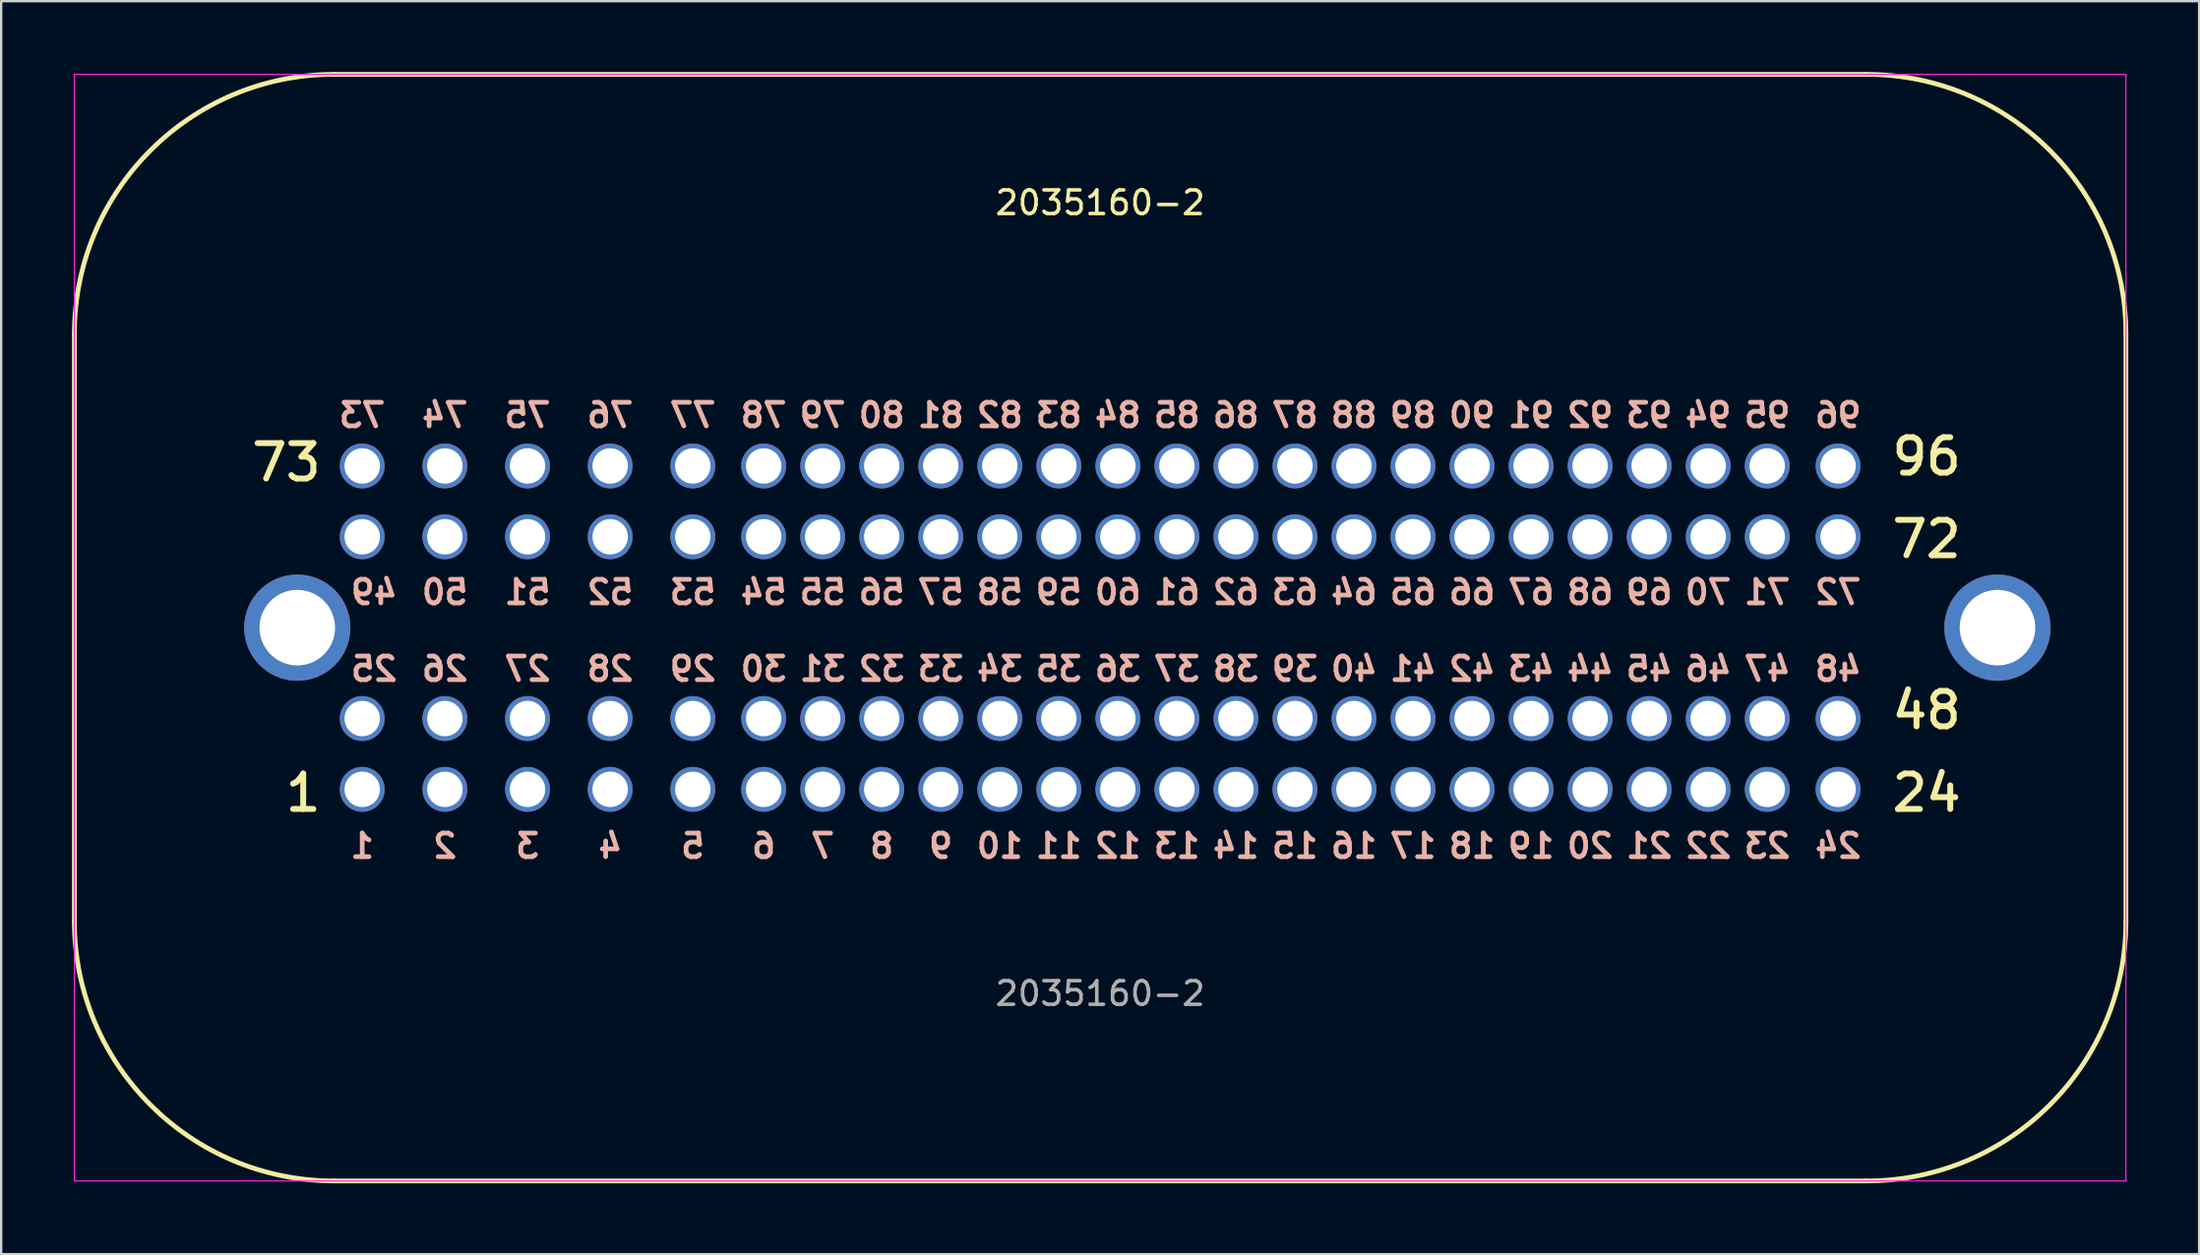
<source format=kicad_pcb>
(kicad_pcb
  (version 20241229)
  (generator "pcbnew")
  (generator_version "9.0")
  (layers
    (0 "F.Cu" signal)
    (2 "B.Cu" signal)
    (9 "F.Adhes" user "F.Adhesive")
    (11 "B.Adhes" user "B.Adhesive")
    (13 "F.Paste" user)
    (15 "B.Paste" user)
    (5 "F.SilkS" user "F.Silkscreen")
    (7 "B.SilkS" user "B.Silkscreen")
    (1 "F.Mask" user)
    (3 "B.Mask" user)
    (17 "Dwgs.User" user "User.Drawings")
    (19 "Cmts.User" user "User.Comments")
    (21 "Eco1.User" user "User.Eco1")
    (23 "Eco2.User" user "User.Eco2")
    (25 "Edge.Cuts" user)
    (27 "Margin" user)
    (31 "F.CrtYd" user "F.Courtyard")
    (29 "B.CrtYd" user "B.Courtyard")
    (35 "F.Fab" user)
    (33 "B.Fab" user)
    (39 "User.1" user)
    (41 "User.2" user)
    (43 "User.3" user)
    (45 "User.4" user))
  (footprint "2035160-2"
    (layer "F.Cu")
    (at 43.54 23.54)
    (property "Reference" "2035160-2" (at 0 -18 0) (unlocked yes) (layer "F.SilkS") (effects (font (size 1 1) (thickness 0.15))))
    (attr through_hole)
    (fp_line (start -43.44 -12.44) (end -43.44 12.44) (stroke (width 0.2) (type solid)) (layer "F.SilkS"))
    (fp_line (start -32.44 -23.44) (end 32.44 -23.44) (stroke (width 0.2) (type solid)) (layer "F.SilkS"))
    (fp_line (start -32.44 23.44) (end 32.44 23.44) (stroke (width 0.2) (type solid)) (layer "F.SilkS"))
    (fp_line (start 43.44 12.44) (end 43.44 -12.44) (stroke (width 0.2) (type solid)) (layer "F.SilkS"))
    (fp_arc (start -43.44 -12.44) (mid -40.218175 -20.218175) (end -32.44 -23.44) (stroke (width 0.2) (type solid)) (layer "F.SilkS"))
    (fp_arc (start -32.44 23.44) (mid -40.218175 20.218175) (end -43.44 12.44) (stroke (width 0.2) (type solid)) (layer "F.SilkS"))
    (fp_arc (start 32.44 -23.44) (mid 40.218175 -20.218175) (end 43.44 -12.44) (stroke (width 0.2) (type solid)) (layer "F.SilkS"))
    (fp_arc (start 43.44 12.44) (mid 40.218175 20.218175) (end 32.44 23.44) (stroke (width 0.2) (type solid)) (layer "F.SilkS"))
    (fp_line (start -43.44 -23.44) (end 43.44 -23.44) (stroke (width 0.05) (type solid)) (layer "F.CrtYd"))
    (fp_line (start -43.44 23.44) (end -43.44 -23.44) (stroke (width 0.05) (type solid)) (layer "F.CrtYd"))
    (fp_line (start 43.44 -23.44) (end 43.44 23.44) (stroke (width 0.05) (type solid)) (layer "F.CrtYd"))
    (fp_line (start 43.44 23.44) (end -43.44 23.44) (stroke (width 0.05) (type solid)) (layer "F.CrtYd"))
    (fp_text user "1" (at -33.75 7 180) (layer "F.SilkS") (effects (font (size 1.5 1.5) (thickness 0.25))))
    (fp_text user "72" (at 35 -3.75 180) (layer "F.SilkS") (effects (font (size 1.5 1.5) (thickness 0.25))))
    (fp_text user "48" (at 35 3.5 180) (layer "F.SilkS") (effects (font (size 1.5 1.5) (thickness 0.25))))
    (fp_text user "24" (at 35 7 180) (layer "F.SilkS") (effects (font (size 1.5 1.5) (thickness 0.25))))
    (fp_text user "96" (at 35 -7.25 180) (layer "F.SilkS") (effects (font (size 1.5 1.5) (thickness 0.25))))
    (fp_text user "73" (at -34.464 -7 180) (layer "F.SilkS") (effects (font (size 1.5 1.5) (thickness 0.25))))
    (fp_text user "18" (at 15.75 9.25 0) (layer "B.SilkS") (effects (font (size 1 1) (thickness 0.2)) (justify mirror)))
    (fp_text user "6" (at -14.25 9.25 0) (layer "B.SilkS") (effects (font (size 1 1) (thickness 0.2)) (justify mirror)))
    (fp_text user "60" (at 0.75 -1.5 0) (layer "B.SilkS") (effects (font (size 1 1) (thickness 0.2)) (justify mirror)))
    (fp_text user "62" (at 5.75 -1.5 0) (layer "B.SilkS") (effects (font (size 1 1) (thickness 0.2)) (justify mirror)))
    (fp_text user "17" (at 13.25 9.25 0) (layer "B.SilkS") (effects (font (size 1 1) (thickness 0.2)) (justify mirror)))
    (fp_text user "75" (at -24.25 -9 0) (layer "B.SilkS") (effects (font (size 1 1) (thickness 0.2)) (justify mirror)))
    (fp_text user "21" (at 23.25 9.25 0) (layer "B.SilkS") (effects (font (size 1 1) (thickness 0.2)) (justify mirror)))
    (fp_text user "70" (at 25.75 -1.5 0) (layer "B.SilkS") (effects (font (size 1 1) (thickness 0.2)) (justify mirror)))
    (fp_text user "27" (at -24.25 1.75 0) (layer "B.SilkS") (effects (font (size 1 1) (thickness 0.2)) (justify mirror)))
    (fp_text user "28" (at -20.75 1.75 0) (layer "B.SilkS") (effects (font (size 1 1) (thickness 0.2)) (justify mirror)))
    (fp_text user "83" (at -1.75 -9 0) (layer "B.SilkS") (effects (font (size 1 1) (thickness 0.2)) (justify mirror)))
    (fp_text user "16" (at 10.75 9.25 0) (layer "B.SilkS") (effects (font (size 1 1) (thickness 0.2)) (justify mirror)))
    (fp_text user "45" (at 23.25 1.75 0) (layer "B.SilkS") (effects (font (size 1 1) (thickness 0.2)) (justify mirror)))
    (fp_text user "52" (at -20.75 -1.5 0) (layer "B.SilkS") (effects (font (size 1 1) (thickness 0.2)) (justify mirror)))
    (fp_text user "73" (at -31.25 -9 0) (layer "B.SilkS") (effects (font (size 1 1) (thickness 0.2)) (justify mirror)))
    (fp_text user "51" (at -24.25 -1.5 0) (layer "B.SilkS") (effects (font (size 1 1) (thickness 0.2)) (justify mirror)))
    (fp_text user "95" (at 28.25 -9 0) (layer "B.SilkS") (effects (font (size 1 1) (thickness 0.2)) (justify mirror)))
    (fp_text user "12" (at 0.75 9.25 0) (layer "B.SilkS") (effects (font (size 1 1) (thickness 0.2)) (justify mirror)))
    (fp_text user "64" (at 10.75 -1.5 0) (layer "B.SilkS") (effects (font (size 1 1) (thickness 0.2)) (justify mirror)))
    (fp_text user "68" (at 20.75 -1.5 0) (layer "B.SilkS") (effects (font (size 1 1) (thickness 0.2)) (justify mirror)))
    (fp_text user "66" (at 15.75 -1.5 0) (layer "B.SilkS") (effects (font (size 1 1) (thickness 0.2)) (justify mirror)))
    (fp_text user "8" (at -9.25 9.25 0) (layer "B.SilkS") (effects (font (size 1 1) (thickness 0.2)) (justify mirror)))
    (fp_text user "43" (at 18.25 1.75 0) (layer "B.SilkS") (effects (font (size 1 1) (thickness 0.2)) (justify mirror)))
    (fp_text user "63" (at 8.25 -1.5 0) (layer "B.SilkS") (effects (font (size 1 1) (thickness 0.2)) (justify mirror)))
    (fp_text user "59" (at -1.75 -1.5 0) (layer "B.SilkS") (effects (font (size 1 1) (thickness 0.2)) (justify mirror)))
    (fp_text user "7" (at -11.75 9.25 0) (layer "B.SilkS") (effects (font (size 1 1) (thickness 0.2)) (justify mirror)))
    (fp_text user "88" (at 10.75 -9 0) (layer "B.SilkS") (effects (font (size 1 1) (thickness 0.2)) (justify mirror)))
    (fp_text user "38" (at 5.75 1.75 0) (layer "B.SilkS") (effects (font (size 1 1) (thickness 0.2)) (justify mirror)))
    (fp_text user "39" (at 8.25 1.75 0) (layer "B.SilkS") (effects (font (size 1 1) (thickness 0.2)) (justify mirror)))
    (fp_text user "78" (at -14.25 -9 0) (layer "B.SilkS") (effects (font (size 1 1) (thickness 0.2)) (justify mirror)))
    (fp_text user "72" (at 31.25 -1.5 0) (layer "B.SilkS") (effects (font (size 1 1) (thickness 0.2)) (justify mirror)))
    (fp_text user "55" (at -11.75 -1.5 0) (layer "B.SilkS") (effects (font (size 1 1) (thickness 0.2)) (justify mirror)))
    (fp_text user "54" (at -14.25 -1.5 0) (layer "B.SilkS") (effects (font (size 1 1) (thickness 0.2)) (justify mirror)))
    (fp_text user "20" (at 20.75 9.25 0) (layer "B.SilkS") (effects (font (size 1 1) (thickness 0.2)) (justify mirror)))
    (fp_text user "40" (at 10.75 1.75 0) (layer "B.SilkS") (effects (font (size 1 1) (thickness 0.2)) (justify mirror)))
    (fp_text user "15" (at 8.25 9.25 0) (layer "B.SilkS") (effects (font (size 1 1) (thickness 0.2)) (justify mirror)))
    (fp_text user "34" (at -4.25 1.75 0) (layer "B.SilkS") (effects (font (size 1 1) (thickness 0.2)) (justify mirror)))
    (fp_text user "87" (at 8.25 -9 0) (layer "B.SilkS") (effects (font (size 1 1) (thickness 0.2)) (justify mirror)))
    (fp_text user "10" (at -4.25 9.25 0) (layer "B.SilkS") (effects (font (size 1 1) (thickness 0.2)) (justify mirror)))
    (fp_text user "94" (at 25.75 -9 0) (layer "B.SilkS") (effects (font (size 1 1) (thickness 0.2)) (justify mirror)))
    (fp_text user "24" (at 31.25 9.25 0) (layer "B.SilkS") (effects (font (size 1 1) (thickness 0.2)) (justify mirror)))
    (fp_text user "32" (at -9.25 1.75 0) (layer "B.SilkS") (effects (font (size 1 1) (thickness 0.2)) (justify mirror)))
    (fp_text user "35" (at -1.75 1.75 0) (layer "B.SilkS") (effects (font (size 1 1) (thickness 0.2)) (justify mirror)))
    (fp_text user "23" (at 28.25 9.25 0) (layer "B.SilkS") (effects (font (size 1 1) (thickness 0.2)) (justify mirror)))
    (fp_text user "69" (at 23.25 -1.5 0) (layer "B.SilkS") (effects (font (size 1 1) (thickness 0.2)) (justify mirror)))
    (fp_text user "13" (at 3.25 9.25 0) (layer "B.SilkS") (effects (font (size 1 1) (thickness 0.2)) (justify mirror)))
    (fp_text user "36" (at 0.75 1.75 0) (layer "B.SilkS") (effects (font (size 1 1) (thickness 0.2)) (justify mirror)))
    (fp_text user "22" (at 25.75 9.25 0) (layer "B.SilkS") (effects (font (size 1 1) (thickness 0.2)) (justify mirror)))
    (fp_text user "58" (at -4.25 -1.5 0) (layer "B.SilkS") (effects (font (size 1 1) (thickness 0.2)) (justify mirror)))
    (fp_text user "26" (at -27.75 1.75 0) (layer "B.SilkS") (effects (font (size 1 1) (thickness 0.2)) (justify mirror)))
    (fp_text user "57" (at -6.75 -1.5 0) (layer "B.SilkS") (effects (font (size 1 1) (thickness 0.2)) (justify mirror)))
    (fp_text user "82" (at -4.25 -9 0) (layer "B.SilkS") (effects (font (size 1 1) (thickness 0.2)) (justify mirror)))
    (fp_text user "3" (at -24.25 9.25 0) (layer "B.SilkS") (effects (font (size 1 1) (thickness 0.2)) (justify mirror)))
    (fp_text user "42" (at 15.75 1.75 0) (layer "B.SilkS") (effects (font (size 1 1) (thickness 0.2)) (justify mirror)))
    (fp_text user "65" (at 13.25 -1.5 0) (layer "B.SilkS") (effects (font (size 1 1) (thickness 0.2)) (justify mirror)))
    (fp_text user "92" (at 20.75 -9 0) (layer "B.SilkS") (effects (font (size 1 1) (thickness 0.2)) (justify mirror)))
    (fp_text user "48" (at 31.25 1.75 0) (layer "B.SilkS") (effects (font (size 1 1) (thickness 0.2)) (justify mirror)))
    (fp_text user "79" (at -11.75 -9 0) (layer "B.SilkS") (effects (font (size 1 1) (thickness 0.2)) (justify mirror)))
    (fp_text user "61" (at 3.25 -1.5 0) (layer "B.SilkS") (effects (font (size 1 1) (thickness 0.2)) (justify mirror)))
    (fp_text user "44" (at 20.75 1.75 0) (layer "B.SilkS") (effects (font (size 1 1) (thickness 0.2)) (justify mirror)))
    (fp_text user "47" (at 28.25 1.75 0) (layer "B.SilkS") (effects (font (size 1 1) (thickness 0.2)) (justify mirror)))
    (fp_text user "53" (at -17.25 -1.5 0) (layer "B.SilkS") (effects (font (size 1 1) (thickness 0.2)) (justify mirror)))
    (fp_text user "91" (at 18.25 -9 0) (layer "B.SilkS") (effects (font (size 1 1) (thickness 0.2)) (justify mirror)))
    (fp_text user "56" (at -9.25 -1.5 0) (layer "B.SilkS") (effects (font (size 1 1) (thickness 0.2)) (justify mirror)))
    (fp_text user "29" (at -17.25 1.75 0) (layer "B.SilkS") (effects (font (size 1 1) (thickness 0.2)) (justify mirror)))
    (fp_text user "30" (at -14.25 1.75 0) (layer "B.SilkS") (effects (font (size 1 1) (thickness 0.2)) (justify mirror)))
    (fp_text user "46" (at 25.75 1.75 0) (layer "B.SilkS") (effects (font (size 1 1) (thickness 0.2)) (justify mirror)))
    (fp_text user "81" (at -6.75 -9 0) (layer "B.SilkS") (effects (font (size 1 1) (thickness 0.2)) (justify mirror)))
    (fp_text user "31" (at -11.75 1.75 0) (layer "B.SilkS") (effects (font (size 1 1) (thickness 0.2)) (justify mirror)))
    (fp_text user "86" (at 5.75 -9 0) (layer "B.SilkS") (effects (font (size 1 1) (thickness 0.2)) (justify mirror)))
    (fp_text user "50" (at -27.75 -1.5 0) (layer "B.SilkS") (effects (font (size 1 1) (thickness 0.2)) (justify mirror)))
    (fp_text user "4" (at -20.75 9.25 0) (layer "B.SilkS") (effects (font (size 1 1) (thickness 0.2)) (justify mirror)))
    (fp_text user "90" (at 15.75 -9 0) (layer "B.SilkS") (effects (font (size 1 1) (thickness 0.2)) (justify mirror)))
    (fp_text user "37" (at 3.25 1.75 0) (layer "B.SilkS") (effects (font (size 1 1) (thickness 0.2)) (justify mirror)))
    (fp_text user "93" (at 23.25 -9 0) (layer "B.SilkS") (effects (font (size 1 1) (thickness 0.2)) (justify mirror)))
    (fp_text user "49" (at -30.75 -1.5 0) (layer "B.SilkS") (effects (font (size 1 1) (thickness 0.2)) (justify mirror)))
    (fp_text user "67" (at 18.25 -1.5 0) (layer "B.SilkS") (effects (font (size 1 1) (thickness 0.2)) (justify mirror)))
    (fp_text user "33" (at -6.75 1.75 0) (layer "B.SilkS") (effects (font (size 1 1) (thickness 0.2)) (justify mirror)))
    (fp_text user "5" (at -17.25 9.25 0) (layer "B.SilkS") (effects (font (size 1 1) (thickness 0.2)) (justify mirror)))
    (fp_text user "89" (at 13.25 -9 0) (layer "B.SilkS") (effects (font (size 1 1) (thickness 0.2)) (justify mirror)))
    (fp_text user "19" (at 18.25 9.25 0) (layer "B.SilkS") (effects (font (size 1 1) (thickness 0.2)) (justify mirror)))
    (fp_text user "84" (at 0.75 -9 0) (layer "B.SilkS") (effects (font (size 1 1) (thickness 0.2)) (justify mirror)))
    (fp_text user "1" (at -31.25 9.25 0) (layer "B.SilkS") (effects (font (size 1 1) (thickness 0.2)) (justify mirror)))
    (fp_text user "76" (at -20.75 -9 0) (layer "B.SilkS") (effects (font (size 1 1) (thickness 0.2)) (justify mirror)))
    (fp_text user "71" (at 28.25 -1.5 0) (layer "B.SilkS") (effects (font (size 1 1) (thickness 0.2)) (justify mirror)))
    (fp_text user "14" (at 5.75 9.25 0) (layer "B.SilkS") (effects (font (size 1 1) (thickness 0.2)) (justify mirror)))
    (fp_text user "25" (at -30.75 1.75 0) (layer "B.SilkS") (effects (font (size 1 1) (thickness 0.2)) (justify mirror)))
    (fp_text user "77" (at -17.25 -9 0) (layer "B.SilkS") (effects (font (size 1 1) (thickness 0.2)) (justify mirror)))
    (fp_text user "85" (at 3.25 -9 0) (layer "B.SilkS") (effects (font (size 1 1) (thickness 0.2)) (justify mirror)))
    (fp_text user "80" (at -9.25 -9 0) (layer "B.SilkS") (effects (font (size 1 1) (thickness 0.2)) (justify mirror)))
    (fp_text user "11" (at -1.75 9.25 0) (layer "B.SilkS") (effects (font (size 1 1) (thickness 0.2)) (justify mirror)))
    (fp_text user "2" (at -27.75 9.25 0) (layer "B.SilkS") (effects (font (size 1 1) (thickness 0.2)) (justify mirror)))
    (fp_text user "41" (at 13.25 1.75 0) (layer "B.SilkS") (effects (font (size 1 1) (thickness 0.2)) (justify mirror)))
    (fp_text user "96" (at 31.25 -9 0) (layer "B.SilkS") (effects (font (size 1 1) (thickness 0.2)) (justify mirror)))
    (fp_text user "9" (at -6.75 9.25 0) (layer "B.SilkS") (effects (font (size 1 1) (thickness 0.2)) (justify mirror)))
    (fp_text user "74" (at -27.75 -9 0) (layer "B.SilkS") (effects (font (size 1 1) (thickness 0.2)) (justify mirror)))
    (fp_text user "${REFERENCE}" (at 0 15.5 0) (unlocked yes) (layer "F.Fab") (effects (font (size 1 1) (thickness 0.15))))
    (pad "0" thru_hole circle (at -34 0) (size 4.5 4.5) (drill 3.2) (layers "*.Cu" "*.Mask"))
    (pad "0" thru_hole circle (at 38 0) (size 4.5 4.5) (drill 3.2) (layers "*.Cu" "*.Mask"))
    (pad "1" thru_hole circle (at -31.25 6.85 270) (size 1.9 1.9) (drill 1.5) (layers "*.Cu" "*.Mask"))
    (pad "2" thru_hole circle (at -27.75 6.85 270) (size 1.9 1.9) (drill 1.5) (layers "*.Cu" "*.Mask"))
    (pad "3" thru_hole circle (at -24.25 6.85 270) (size 1.9 1.9) (drill 1.5) (layers "*.Cu" "*.Mask"))
    (pad "4" thru_hole circle (at -20.75 6.85 270) (size 1.9 1.9) (drill 1.5) (layers "*.Cu" "*.Mask"))
    (pad "5" thru_hole circle (at -17.25 6.85 270) (size 1.9 1.9) (drill 1.5) (layers "*.Cu" "*.Mask"))
    (pad "6" thru_hole circle (at -14.25 6.85 270) (size 1.9 1.9) (drill 1.5) (layers "*.Cu" "*.Mask"))
    (pad "7" thru_hole circle (at -11.75 6.85 270) (size 1.9 1.9) (drill 1.5) (layers "*.Cu" "*.Mask"))
    (pad "8" thru_hole circle (at -9.25 6.85 270) (size 1.9 1.9) (drill 1.5) (layers "*.Cu" "*.Mask"))
    (pad "9" thru_hole circle (at -6.75 6.85 270) (size 1.9 1.9) (drill 1.5) (layers "*.Cu" "*.Mask"))
    (pad "10" thru_hole circle (at -4.25 6.85 270) (size 1.9 1.9) (drill 1.5) (layers "*.Cu" "*.Mask"))
    (pad "11" thru_hole circle (at -1.75 6.85 270) (size 1.9 1.9) (drill 1.5) (layers "*.Cu" "*.Mask"))
    (pad "12" thru_hole circle (at 0.75 6.85 270) (size 1.9 1.9) (drill 1.5) (layers "*.Cu" "*.Mask"))
    (pad "13" thru_hole circle (at 3.25 6.85 270) (size 1.9 1.9) (drill 1.5) (layers "*.Cu" "*.Mask"))
    (pad "14" thru_hole circle (at 5.75 6.85 270) (size 1.9 1.9) (drill 1.5) (layers "*.Cu" "*.Mask"))
    (pad "15" thru_hole circle (at 8.25 6.85 270) (size 1.9 1.9) (drill 1.5) (layers "*.Cu" "*.Mask"))
    (pad "16" thru_hole circle (at 10.75 6.85 270) (size 1.9 1.9) (drill 1.5) (layers "*.Cu" "*.Mask"))
    (pad "17" thru_hole circle (at 13.25 6.85 270) (size 1.9 1.9) (drill 1.5) (layers "*.Cu" "*.Mask"))
    (pad "18" thru_hole circle (at 15.75 6.85 270) (size 1.9 1.9) (drill 1.5) (layers "*.Cu" "*.Mask"))
    (pad "19" thru_hole circle (at 18.25 6.85 270) (size 1.9 1.9) (drill 1.5) (layers "*.Cu" "*.Mask"))
    (pad "20" thru_hole circle (at 20.75 6.85 270) (size 1.9 1.9) (drill 1.5) (layers "*.Cu" "*.Mask"))
    (pad "21" thru_hole circle (at 23.25 6.85 270) (size 1.9 1.9) (drill 1.5) (layers "*.Cu" "*.Mask"))
    (pad "22" thru_hole circle (at 25.75 6.85 270) (size 1.9 1.9) (drill 1.5) (layers "*.Cu" "*.Mask"))
    (pad "23" thru_hole circle (at 28.25 6.85 270) (size 1.9 1.9) (drill 1.5) (layers "*.Cu" "*.Mask"))
    (pad "24" thru_hole circle (at 31.25 6.85 270) (size 1.9 1.9) (drill 1.5) (layers "*.Cu" "*.Mask"))
    (pad "25" thru_hole circle (at -31.25 3.85 270) (size 1.9 1.9) (drill 1.5) (layers "*.Cu" "*.Mask"))
    (pad "26" thru_hole circle (at -27.75 3.85 270) (size 1.9 1.9) (drill 1.5) (layers "*.Cu" "*.Mask"))
    (pad "27" thru_hole circle (at -24.25 3.85 270) (size 1.9 1.9) (drill 1.5) (layers "*.Cu" "*.Mask"))
    (pad "28" thru_hole circle (at -20.75 3.85 270) (size 1.9 1.9) (drill 1.5) (layers "*.Cu" "*.Mask"))
    (pad "29" thru_hole circle (at -17.25 3.85 270) (size 1.9 1.9) (drill 1.5) (layers "*.Cu" "*.Mask"))
    (pad "30" thru_hole circle (at -14.25 3.85 270) (size 1.9 1.9) (drill 1.5) (layers "*.Cu" "*.Mask"))
    (pad "31" thru_hole circle (at -11.75 3.85 270) (size 1.9 1.9) (drill 1.5) (layers "*.Cu" "*.Mask"))
    (pad "32" thru_hole circle (at -9.25 3.85 270) (size 1.9 1.9) (drill 1.5) (layers "*.Cu" "*.Mask"))
    (pad "33" thru_hole circle (at -6.75 3.85 270) (size 1.9 1.9) (drill 1.5) (layers "*.Cu" "*.Mask"))
    (pad "34" thru_hole circle (at -4.25 3.85 270) (size 1.9 1.9) (drill 1.5) (layers "*.Cu" "*.Mask"))
    (pad "35" thru_hole circle (at -1.75 3.85 270) (size 1.9 1.9) (drill 1.5) (layers "*.Cu" "*.Mask"))
    (pad "36" thru_hole circle (at 0.75 3.85 270) (size 1.9 1.9) (drill 1.5) (layers "*.Cu" "*.Mask"))
    (pad "37" thru_hole circle (at 3.25 3.85 270) (size 1.9 1.9) (drill 1.5) (layers "*.Cu" "*.Mask"))
    (pad "38" thru_hole circle (at 5.75 3.85 270) (size 1.9 1.9) (drill 1.5) (layers "*.Cu" "*.Mask"))
    (pad "39" thru_hole circle (at 8.25 3.85 270) (size 1.9 1.9) (drill 1.5) (layers "*.Cu" "*.Mask"))
    (pad "40" thru_hole circle (at 10.75 3.85 270) (size 1.9 1.9) (drill 1.5) (layers "*.Cu" "*.Mask"))
    (pad "41" thru_hole circle (at 13.25 3.85 270) (size 1.9 1.9) (drill 1.5) (layers "*.Cu" "*.Mask"))
    (pad "42" thru_hole circle (at 15.75 3.85 270) (size 1.9 1.9) (drill 1.5) (layers "*.Cu" "*.Mask"))
    (pad "43" thru_hole circle (at 18.25 3.85 270) (size 1.9 1.9) (drill 1.5) (layers "*.Cu" "*.Mask"))
    (pad "44" thru_hole circle (at 20.75 3.85 270) (size 1.9 1.9) (drill 1.5) (layers "*.Cu" "*.Mask"))
    (pad "45" thru_hole circle (at 23.25 3.85 270) (size 1.9 1.9) (drill 1.5) (layers "*.Cu" "*.Mask"))
    (pad "46" thru_hole circle (at 25.75 3.85 270) (size 1.9 1.9) (drill 1.5) (layers "*.Cu" "*.Mask"))
    (pad "47" thru_hole circle (at 28.25 3.85 270) (size 1.9 1.9) (drill 1.5) (layers "*.Cu" "*.Mask"))
    (pad "48" thru_hole circle (at 31.25 3.85 270) (size 1.9 1.9) (drill 1.5) (layers "*.Cu" "*.Mask"))
    (pad "49" thru_hole circle (at -31.25 -3.85 270) (size 1.9 1.9) (drill 1.5) (layers "*.Cu" "*.Mask"))
    (pad "50" thru_hole circle (at -27.75 -3.85 270) (size 1.9 1.9) (drill 1.5) (layers "*.Cu" "*.Mask"))
    (pad "51" thru_hole circle (at -24.25 -3.85 270) (size 1.9 1.9) (drill 1.5) (layers "*.Cu" "*.Mask"))
    (pad "52" thru_hole circle (at -20.75 -3.85 270) (size 1.9 1.9) (drill 1.5) (layers "*.Cu" "*.Mask"))
    (pad "53" thru_hole circle (at -17.25 -3.85 270) (size 1.9 1.9) (drill 1.5) (layers "*.Cu" "*.Mask"))
    (pad "54" thru_hole circle (at -14.25 -3.85 270) (size 1.9 1.9) (drill 1.5) (layers "*.Cu" "*.Mask"))
    (pad "55" thru_hole circle (at -11.75 -3.85 270) (size 1.9 1.9) (drill 1.5) (layers "*.Cu" "*.Mask"))
    (pad "56" thru_hole circle (at -9.25 -3.85 270) (size 1.9 1.9) (drill 1.5) (layers "*.Cu" "*.Mask"))
    (pad "57" thru_hole circle (at -6.75 -3.85 270) (size 1.9 1.9) (drill 1.5) (layers "*.Cu" "*.Mask"))
    (pad "58" thru_hole circle (at -4.25 -3.85 270) (size 1.9 1.9) (drill 1.5) (layers "*.Cu" "*.Mask"))
    (pad "59" thru_hole circle (at -1.75 -3.85 270) (size 1.9 1.9) (drill 1.5) (layers "*.Cu" "*.Mask"))
    (pad "60" thru_hole circle (at 0.75 -3.85 270) (size 1.9 1.9) (drill 1.5) (layers "*.Cu" "*.Mask"))
    (pad "61" thru_hole circle (at 3.25 -3.85 270) (size 1.9 1.9) (drill 1.5) (layers "*.Cu" "*.Mask"))
    (pad "62" thru_hole circle (at 5.75 -3.85 270) (size 1.9 1.9) (drill 1.5) (layers "*.Cu" "*.Mask"))
    (pad "63" thru_hole circle (at 8.25 -3.85 270) (size 1.9 1.9) (drill 1.5) (layers "*.Cu" "*.Mask"))
    (pad "64" thru_hole circle (at 10.75 -3.85 270) (size 1.9 1.9) (drill 1.5) (layers "*.Cu" "*.Mask"))
    (pad "65" thru_hole circle (at 13.25 -3.85 270) (size 1.9 1.9) (drill 1.5) (layers "*.Cu" "*.Mask"))
    (pad "66" thru_hole circle (at 15.75 -3.85 270) (size 1.9 1.9) (drill 1.5) (layers "*.Cu" "*.Mask"))
    (pad "67" thru_hole circle (at 18.25 -3.85 270) (size 1.9 1.9) (drill 1.5) (layers "*.Cu" "*.Mask"))
    (pad "68" thru_hole circle (at 20.75 -3.85 270) (size 1.9 1.9) (drill 1.5) (layers "*.Cu" "*.Mask"))
    (pad "69" thru_hole circle (at 23.25 -3.85 270) (size 1.9 1.9) (drill 1.5) (layers "*.Cu" "*.Mask"))
    (pad "70" thru_hole circle (at 25.75 -3.85 270) (size 1.9 1.9) (drill 1.5) (layers "*.Cu" "*.Mask"))
    (pad "71" thru_hole circle (at 28.25 -3.85 270) (size 1.9 1.9) (drill 1.5) (layers "*.Cu" "*.Mask"))
    (pad "72" thru_hole circle (at 31.25 -3.85 270) (size 1.9 1.9) (drill 1.5) (layers "*.Cu" "*.Mask"))
    (pad "73" thru_hole circle (at -31.25 -6.85 270) (size 1.9 1.9) (drill 1.5) (layers "*.Cu" "*.Mask"))
    (pad "74" thru_hole circle (at -27.75 -6.85 270) (size 1.9 1.9) (drill 1.5) (layers "*.Cu" "*.Mask"))
    (pad "75" thru_hole circle (at -24.25 -6.85 270) (size 1.9 1.9) (drill 1.5) (layers "*.Cu" "*.Mask"))
    (pad "76" thru_hole circle (at -20.75 -6.85 270) (size 1.9 1.9) (drill 1.5) (layers "*.Cu" "*.Mask"))
    (pad "77" thru_hole circle (at -17.25 -6.85 270) (size 1.9 1.9) (drill 1.5) (layers "*.Cu" "*.Mask"))
    (pad "78" thru_hole circle (at -14.25 -6.85 270) (size 1.9 1.9) (drill 1.5) (layers "*.Cu" "*.Mask"))
    (pad "79" thru_hole circle (at -11.75 -6.85 270) (size 1.9 1.9) (drill 1.5) (layers "*.Cu" "*.Mask"))
    (pad "80" thru_hole circle (at -9.25 -6.85 270) (size 1.9 1.9) (drill 1.5) (layers "*.Cu" "*.Mask"))
    (pad "81" thru_hole circle (at -6.75 -6.85 270) (size 1.9 1.9) (drill 1.5) (layers "*.Cu" "*.Mask"))
    (pad "82" thru_hole circle (at -4.25 -6.85 270) (size 1.9 1.9) (drill 1.5) (layers "*.Cu" "*.Mask"))
    (pad "83" thru_hole circle (at -1.75 -6.85 270) (size 1.9 1.9) (drill 1.5) (layers "*.Cu" "*.Mask"))
    (pad "84" thru_hole circle (at 0.75 -6.85 270) (size 1.9 1.9) (drill 1.5) (layers "*.Cu" "*.Mask"))
    (pad "85" thru_hole circle (at 3.25 -6.85 270) (size 1.9 1.9) (drill 1.5) (layers "*.Cu" "*.Mask"))
    (pad "86" thru_hole circle (at 5.75 -6.85 270) (size 1.9 1.9) (drill 1.5) (layers "*.Cu" "*.Mask"))
    (pad "87" thru_hole circle (at 8.25 -6.85 270) (size 1.9 1.9) (drill 1.5) (layers "*.Cu" "*.Mask"))
    (pad "88" thru_hole circle (at 10.75 -6.85 270) (size 1.9 1.9) (drill 1.5) (layers "*.Cu" "*.Mask"))
    (pad "89" thru_hole circle (at 13.25 -6.85 270) (size 1.9 1.9) (drill 1.5) (layers "*.Cu" "*.Mask"))
    (pad "90" thru_hole circle (at 15.75 -6.85 270) (size 1.9 1.9) (drill 1.5) (layers "*.Cu" "*.Mask"))
    (pad "91" thru_hole circle (at 18.25 -6.85 270) (size 1.9 1.9) (drill 1.5) (layers "*.Cu" "*.Mask"))
    (pad "92" thru_hole circle (at 20.75 -6.85 270) (size 1.9 1.9) (drill 1.5) (layers "*.Cu" "*.Mask"))
    (pad "93" thru_hole circle (at 23.25 -6.85 270) (size 1.9 1.9) (drill 1.5) (layers "*.Cu" "*.Mask"))
    (pad "94" thru_hole circle (at 25.75 -6.85 270) (size 1.9 1.9) (drill 1.5) (layers "*.Cu" "*.Mask"))
    (pad "95" thru_hole circle (at 28.25 -6.85 270) (size 1.9 1.9) (drill 1.5) (layers "*.Cu" "*.Mask"))
    (pad "96" thru_hole circle (at 31.25 -6.85 270) (size 1.9 1.9) (drill 1.5) (layers "*.Cu" "*.Mask")))
  (gr_rect
    (start -3 -3)
    (end 90.08 50.08)
    (stroke (width 0.1) (type default))
    (fill no)
    (layer "Edge.Cuts")))
</source>
